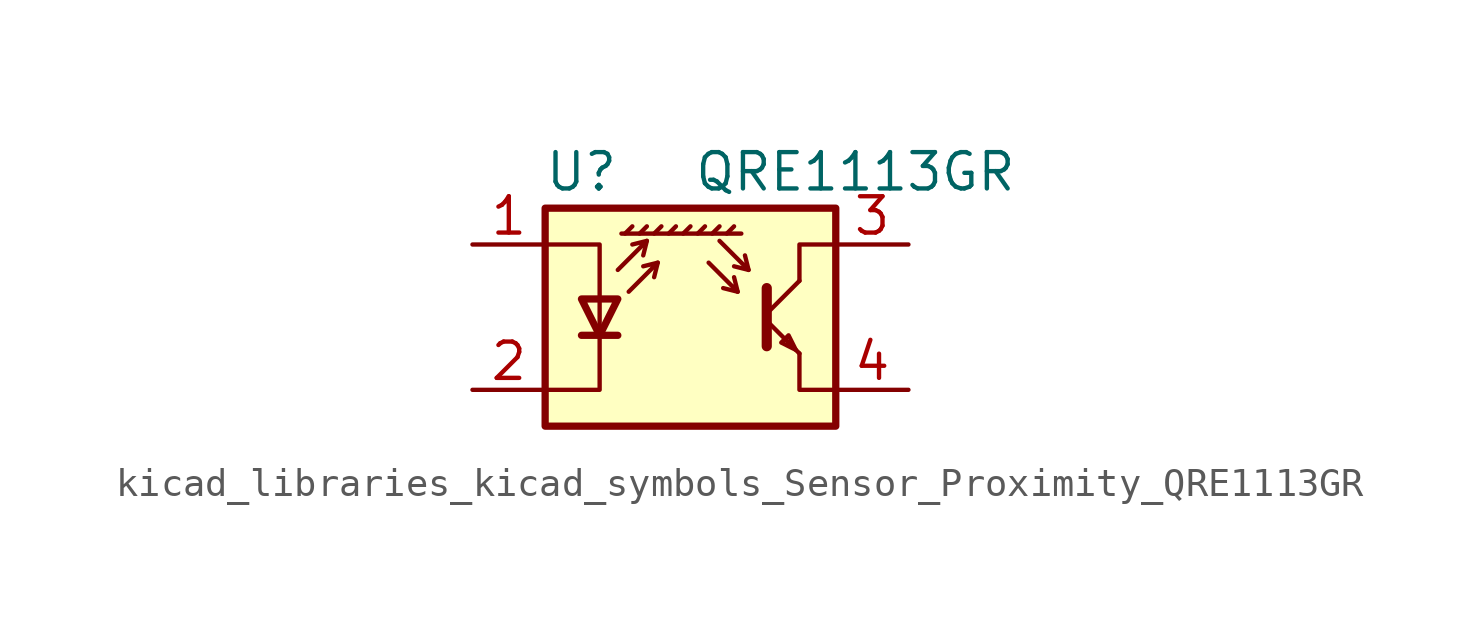
<source format=kicad_sym>
(kicad_symbol_lib
  (version 20220914)
  (generator kicad_symbol_editor)
  (symbol "kicad_libraries_kicad_symbols_Sensor_Proximity_QRE1113GR"
    (pin_names
      (offset 0.025) hide)
    (property "Reference" "U"
      (at -3.81 5.08 0)
      (effects (font (size 1.27 1.27))))
    (property "Value" "QRE1113GR"
      (at 11.43 5.08 0)
      (effects (font (size 1.27 1.27)) (justify right)))
    (symbol "kicad_libraries_kicad_symbols_Sensor_Proximity_QRE1113GR_0_1"
      (polyline (pts (xy -3.81 -0.635) (xy -2.54 -0.635)) (stroke (width 0.254) (type default)) (fill (type none)))
      (polyline (pts (xy -2.286 2.921) (xy -2.032 3.175)) (stroke (width 0) (type default)) (fill (type none)))
      (polyline (pts (xy -1.778 2.921) (xy -1.524 3.175)) (stroke (width 0) (type default)) (fill (type none)))
      (polyline (pts (xy -1.524 2.667) (xy -1.651 2.159)) (stroke (width 0) (type default)) (fill (type none)))
      (polyline (pts (xy -1.27 2.921) (xy -1.016 3.175)) (stroke (width 0) (type default)) (fill (type none)))
      (polyline (pts (xy -1.143 1.905) (xy -1.27 1.397)) (stroke (width 0) (type default)) (fill (type none)))
      (polyline (pts (xy -0.762 2.921) (xy -0.508 3.175)) (stroke (width 0) (type default)) (fill (type none)))
      (polyline (pts (xy -0.254 2.921) (xy 0 3.175)) (stroke (width 0) (type default)) (fill (type none)))
      (polyline (pts (xy 0.254 2.921) (xy 0.508 3.175)) (stroke (width 0) (type default)) (fill (type none)))
      (polyline (pts (xy 0.762 2.921) (xy 1.016 3.175)) (stroke (width 0) (type default)) (fill (type none)))
      (polyline (pts (xy 1.27 2.921) (xy 1.524 3.175)) (stroke (width 0) (type default)) (fill (type none)))
      (polyline (pts (xy 1.651 0.889) (xy 1.143 1.016)) (stroke (width 0) (type default)) (fill (type none)))
      (polyline (pts (xy 1.778 2.921) (xy -2.413 2.921)) (stroke (width 0) (type default)) (fill (type none)))
      (polyline (pts (xy 2.032 1.651) (xy 1.524 1.778)) (stroke (width 0) (type default)) (fill (type none)))
      (polyline (pts (xy 2.667 -0.127) (xy 3.81 -1.27)) (stroke (width 0) (type default)) (fill (type none)))
      (polyline (pts (xy 2.667 0.127) (xy 3.81 1.27)) (stroke (width 0) (type default)) (fill (type none)))
      (polyline (pts (xy -2.54 1.651) (xy -1.524 2.667) (xy -2.032 2.54)) (stroke (width 0) (type default)) (fill (type none)))
      (polyline (pts (xy -2.159 0.889) (xy -1.143 1.905) (xy -1.651 1.778)) (stroke (width 0) (type default)) (fill (type none)))
      (polyline (pts (xy 0.635 1.905) (xy 1.651 0.889) (xy 1.524 1.397)) (stroke (width 0) (type default)) (fill (type none)))
      (polyline (pts (xy 1.016 2.667) (xy 2.032 1.651) (xy 1.905 2.159)) (stroke (width 0) (type default)) (fill (type none)))
      (polyline (pts (xy 2.667 1.016) (xy 2.667 -1.016) (xy 2.667 -1.016)) (stroke (width 0.356) (type default)) (fill (type none)))
      (polyline (pts (xy 3.81 -1.27) (xy 3.81 -2.54) (xy 5.08 -2.54)) (stroke (width 0) (type default)) (fill (type none)))
      (polyline (pts (xy 3.81 1.27) (xy 3.81 2.54) (xy 5.08 2.54)) (stroke (width 0) (type default)) (fill (type none)))
      (polyline (pts (xy -5.08 -2.54) (xy -3.175 -2.54) (xy -3.175 2.54) (xy -5.08 2.54)) (stroke (width 0) (type default)) (fill (type none)))
      (polyline (pts (xy -3.175 -0.635) (xy -3.81 0.635) (xy -2.54 0.635) (xy -3.175 -0.635)) (stroke (width 0.254) (type default)) (fill (type none)))
      (polyline (pts (xy 3.683 -1.143) (xy 3.429 -0.635) (xy 3.175 -0.889) (xy 3.683 -1.143)) (stroke (width 0) (type default)) (fill (type none)))
      (polyline (pts (xy -5.08 -3.81) (xy 5.08 -3.81) (xy 5.08 3.81) (xy -5.08 3.81) (xy -5.08 -3.81)) (stroke (width 0.254) (type default)) (fill (type background))))
    (symbol "kicad_libraries_kicad_symbols_Sensor_Proximity_QRE1113GR_1_1"
      (pin passive line (at -7.62 2.54 0) (length 2.54) (name "A" (effects (font (size 1.27 1.27)))) (number "1" (effects (font (size 1.27 1.27)))))
      (pin passive line (at -7.62 -2.54 0) (length 2.54) (name "K" (effects (font (size 1.27 1.27)))) (number "2" (effects (font (size 1.27 1.27)))))
      (pin open_collector line (at 7.62 2.54 180) (length 2.54) (name "~" (effects (font (size 1.27 1.27)))) (number "3" (effects (font (size 1.27 1.27)))))
      (pin open_emitter line (at 7.62 -2.54 180) (length 2.54) (name "~" (effects (font (size 1.27 1.27)))) (number "4" (effects (font (size 1.27 1.27))))))))
</source>
